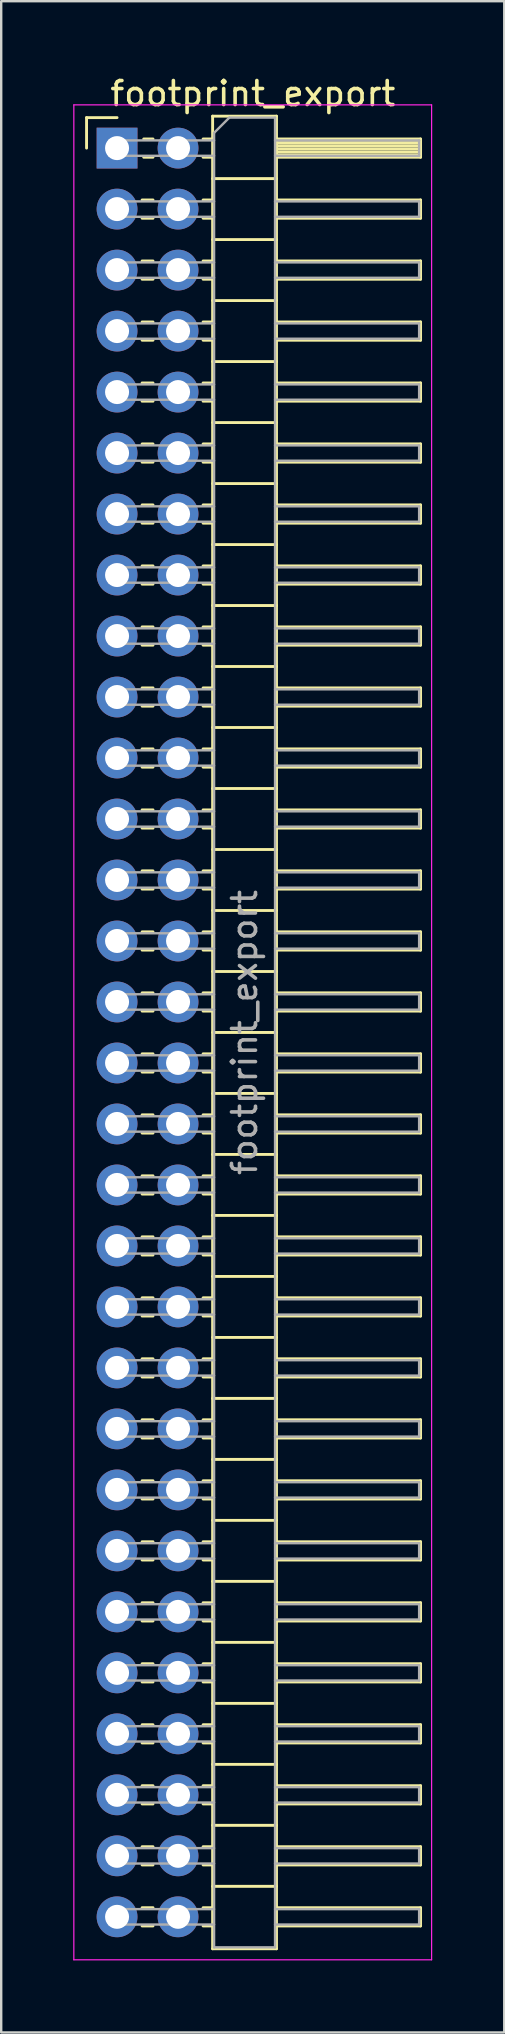
<source format=kicad_pcb>
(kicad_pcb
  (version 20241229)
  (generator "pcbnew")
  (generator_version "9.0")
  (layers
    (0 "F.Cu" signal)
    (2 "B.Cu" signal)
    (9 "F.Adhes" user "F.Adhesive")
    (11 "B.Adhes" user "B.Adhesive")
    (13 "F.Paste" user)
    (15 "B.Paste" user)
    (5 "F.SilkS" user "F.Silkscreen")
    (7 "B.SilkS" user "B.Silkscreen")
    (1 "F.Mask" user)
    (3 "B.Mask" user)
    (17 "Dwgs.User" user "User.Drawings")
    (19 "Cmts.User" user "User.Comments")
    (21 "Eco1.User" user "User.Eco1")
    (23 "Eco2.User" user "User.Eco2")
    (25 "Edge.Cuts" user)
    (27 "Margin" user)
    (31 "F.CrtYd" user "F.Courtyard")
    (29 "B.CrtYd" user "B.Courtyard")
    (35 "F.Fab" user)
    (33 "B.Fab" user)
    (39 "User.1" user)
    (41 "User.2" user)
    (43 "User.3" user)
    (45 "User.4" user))
  (footprint "footprint_export"
    (layer "F.Cu")
    (at 1.825 3.118)
    (property "Reference" "footprint_export" (at 5.655 -2.27 0) (layer "F.SilkS") (effects (font (size 1 1) (thickness 0.15))))
    (attr through_hole)
    (fp_line (start -1.27 -1.27) (end 0 -1.27) (stroke (width 0.12) (type solid)) (layer "F.SilkS"))
    (fp_line (start -1.27 0) (end -1.27 -1.27) (stroke (width 0.12) (type solid)) (layer "F.SilkS"))
    (fp_line (start 1.043 2.16) (end 1.497 2.16) (stroke (width 0.12) (type solid)) (layer "F.SilkS"))
    (fp_line (start 1.043 2.92) (end 1.497 2.92) (stroke (width 0.12) (type solid)) (layer "F.SilkS"))
    (fp_line (start 1.043 4.7) (end 1.497 4.7) (stroke (width 0.12) (type solid)) (layer "F.SilkS"))
    (fp_line (start 1.043 5.46) (end 1.497 5.46) (stroke (width 0.12) (type solid)) (layer "F.SilkS"))
    (fp_line (start 1.043 7.24) (end 1.497 7.24) (stroke (width 0.12) (type solid)) (layer "F.SilkS"))
    (fp_line (start 1.043 8) (end 1.497 8) (stroke (width 0.12) (type solid)) (layer "F.SilkS"))
    (fp_line (start 1.043 9.78) (end 1.497 9.78) (stroke (width 0.12) (type solid)) (layer "F.SilkS"))
    (fp_line (start 1.043 10.54) (end 1.497 10.54) (stroke (width 0.12) (type solid)) (layer "F.SilkS"))
    (fp_line (start 1.043 12.32) (end 1.497 12.32) (stroke (width 0.12) (type solid)) (layer "F.SilkS"))
    (fp_line (start 1.043 13.08) (end 1.497 13.08) (stroke (width 0.12) (type solid)) (layer "F.SilkS"))
    (fp_line (start 1.043 14.86) (end 1.497 14.86) (stroke (width 0.12) (type solid)) (layer "F.SilkS"))
    (fp_line (start 1.043 15.62) (end 1.497 15.62) (stroke (width 0.12) (type solid)) (layer "F.SilkS"))
    (fp_line (start 1.043 17.4) (end 1.497 17.4) (stroke (width 0.12) (type solid)) (layer "F.SilkS"))
    (fp_line (start 1.043 18.16) (end 1.497 18.16) (stroke (width 0.12) (type solid)) (layer "F.SilkS"))
    (fp_line (start 1.043 19.94) (end 1.497 19.94) (stroke (width 0.12) (type solid)) (layer "F.SilkS"))
    (fp_line (start 1.043 20.7) (end 1.497 20.7) (stroke (width 0.12) (type solid)) (layer "F.SilkS"))
    (fp_line (start 1.043 22.48) (end 1.497 22.48) (stroke (width 0.12) (type solid)) (layer "F.SilkS"))
    (fp_line (start 1.043 23.24) (end 1.497 23.24) (stroke (width 0.12) (type solid)) (layer "F.SilkS"))
    (fp_line (start 1.043 25.02) (end 1.497 25.02) (stroke (width 0.12) (type solid)) (layer "F.SilkS"))
    (fp_line (start 1.043 25.78) (end 1.497 25.78) (stroke (width 0.12) (type solid)) (layer "F.SilkS"))
    (fp_line (start 1.043 27.56) (end 1.497 27.56) (stroke (width 0.12) (type solid)) (layer "F.SilkS"))
    (fp_line (start 1.043 28.32) (end 1.497 28.32) (stroke (width 0.12) (type solid)) (layer "F.SilkS"))
    (fp_line (start 1.043 30.1) (end 1.497 30.1) (stroke (width 0.12) (type solid)) (layer "F.SilkS"))
    (fp_line (start 1.043 30.86) (end 1.497 30.86) (stroke (width 0.12) (type solid)) (layer "F.SilkS"))
    (fp_line (start 1.043 32.64) (end 1.497 32.64) (stroke (width 0.12) (type solid)) (layer "F.SilkS"))
    (fp_line (start 1.043 33.4) (end 1.497 33.4) (stroke (width 0.12) (type solid)) (layer "F.SilkS"))
    (fp_line (start 1.043 35.18) (end 1.497 35.18) (stroke (width 0.12) (type solid)) (layer "F.SilkS"))
    (fp_line (start 1.043 35.94) (end 1.497 35.94) (stroke (width 0.12) (type solid)) (layer "F.SilkS"))
    (fp_line (start 1.043 37.72) (end 1.497 37.72) (stroke (width 0.12) (type solid)) (layer "F.SilkS"))
    (fp_line (start 1.043 38.48) (end 1.497 38.48) (stroke (width 0.12) (type solid)) (layer "F.SilkS"))
    (fp_line (start 1.043 40.26) (end 1.497 40.26) (stroke (width 0.12) (type solid)) (layer "F.SilkS"))
    (fp_line (start 1.043 41.02) (end 1.497 41.02) (stroke (width 0.12) (type solid)) (layer "F.SilkS"))
    (fp_line (start 1.043 42.8) (end 1.497 42.8) (stroke (width 0.12) (type solid)) (layer "F.SilkS"))
    (fp_line (start 1.043 43.56) (end 1.497 43.56) (stroke (width 0.12) (type solid)) (layer "F.SilkS"))
    (fp_line (start 1.043 45.34) (end 1.497 45.34) (stroke (width 0.12) (type solid)) (layer "F.SilkS"))
    (fp_line (start 1.043 46.1) (end 1.497 46.1) (stroke (width 0.12) (type solid)) (layer "F.SilkS"))
    (fp_line (start 1.043 47.88) (end 1.497 47.88) (stroke (width 0.12) (type solid)) (layer "F.SilkS"))
    (fp_line (start 1.043 48.64) (end 1.497 48.64) (stroke (width 0.12) (type solid)) (layer "F.SilkS"))
    (fp_line (start 1.043 50.42) (end 1.497 50.42) (stroke (width 0.12) (type solid)) (layer "F.SilkS"))
    (fp_line (start 1.043 51.18) (end 1.497 51.18) (stroke (width 0.12) (type solid)) (layer "F.SilkS"))
    (fp_line (start 1.043 52.96) (end 1.497 52.96) (stroke (width 0.12) (type solid)) (layer "F.SilkS"))
    (fp_line (start 1.043 53.72) (end 1.497 53.72) (stroke (width 0.12) (type solid)) (layer "F.SilkS"))
    (fp_line (start 1.043 55.5) (end 1.497 55.5) (stroke (width 0.12) (type solid)) (layer "F.SilkS"))
    (fp_line (start 1.043 56.26) (end 1.497 56.26) (stroke (width 0.12) (type solid)) (layer "F.SilkS"))
    (fp_line (start 1.043 58.04) (end 1.497 58.04) (stroke (width 0.12) (type solid)) (layer "F.SilkS"))
    (fp_line (start 1.043 58.8) (end 1.497 58.8) (stroke (width 0.12) (type solid)) (layer "F.SilkS"))
    (fp_line (start 1.043 60.58) (end 1.497 60.58) (stroke (width 0.12) (type solid)) (layer "F.SilkS"))
    (fp_line (start 1.043 61.34) (end 1.497 61.34) (stroke (width 0.12) (type solid)) (layer "F.SilkS"))
    (fp_line (start 1.043 63.12) (end 1.497 63.12) (stroke (width 0.12) (type solid)) (layer "F.SilkS"))
    (fp_line (start 1.043 63.88) (end 1.497 63.88) (stroke (width 0.12) (type solid)) (layer "F.SilkS"))
    (fp_line (start 1.043 65.66) (end 1.497 65.66) (stroke (width 0.12) (type solid)) (layer "F.SilkS"))
    (fp_line (start 1.043 66.42) (end 1.497 66.42) (stroke (width 0.12) (type solid)) (layer "F.SilkS"))
    (fp_line (start 1.043 68.2) (end 1.497 68.2) (stroke (width 0.12) (type solid)) (layer "F.SilkS"))
    (fp_line (start 1.043 68.96) (end 1.497 68.96) (stroke (width 0.12) (type solid)) (layer "F.SilkS"))
    (fp_line (start 1.043 70.74) (end 1.497 70.74) (stroke (width 0.12) (type solid)) (layer "F.SilkS"))
    (fp_line (start 1.043 71.5) (end 1.497 71.5) (stroke (width 0.12) (type solid)) (layer "F.SilkS"))
    (fp_line (start 1.043 73.28) (end 1.497 73.28) (stroke (width 0.12) (type solid)) (layer "F.SilkS"))
    (fp_line (start 1.043 74.04) (end 1.497 74.04) (stroke (width 0.12) (type solid)) (layer "F.SilkS"))
    (fp_line (start 1.11 -0.38) (end 1.497 -0.38) (stroke (width 0.12) (type solid)) (layer "F.SilkS"))
    (fp_line (start 1.11 0.38) (end 1.497 0.38) (stroke (width 0.12) (type solid)) (layer "F.SilkS"))
    (fp_line (start 3.583 -0.38) (end 3.98 -0.38) (stroke (width 0.12) (type solid)) (layer "F.SilkS"))
    (fp_line (start 3.583 0.38) (end 3.98 0.38) (stroke (width 0.12) (type solid)) (layer "F.SilkS"))
    (fp_line (start 3.583 2.16) (end 3.98 2.16) (stroke (width 0.12) (type solid)) (layer "F.SilkS"))
    (fp_line (start 3.583 2.92) (end 3.98 2.92) (stroke (width 0.12) (type solid)) (layer "F.SilkS"))
    (fp_line (start 3.583 4.7) (end 3.98 4.7) (stroke (width 0.12) (type solid)) (layer "F.SilkS"))
    (fp_line (start 3.583 5.46) (end 3.98 5.46) (stroke (width 0.12) (type solid)) (layer "F.SilkS"))
    (fp_line (start 3.583 7.24) (end 3.98 7.24) (stroke (width 0.12) (type solid)) (layer "F.SilkS"))
    (fp_line (start 3.583 8) (end 3.98 8) (stroke (width 0.12) (type solid)) (layer "F.SilkS"))
    (fp_line (start 3.583 9.78) (end 3.98 9.78) (stroke (width 0.12) (type solid)) (layer "F.SilkS"))
    (fp_line (start 3.583 10.54) (end 3.98 10.54) (stroke (width 0.12) (type solid)) (layer "F.SilkS"))
    (fp_line (start 3.583 12.32) (end 3.98 12.32) (stroke (width 0.12) (type solid)) (layer "F.SilkS"))
    (fp_line (start 3.583 13.08) (end 3.98 13.08) (stroke (width 0.12) (type solid)) (layer "F.SilkS"))
    (fp_line (start 3.583 14.86) (end 3.98 14.86) (stroke (width 0.12) (type solid)) (layer "F.SilkS"))
    (fp_line (start 3.583 15.62) (end 3.98 15.62) (stroke (width 0.12) (type solid)) (layer "F.SilkS"))
    (fp_line (start 3.583 17.4) (end 3.98 17.4) (stroke (width 0.12) (type solid)) (layer "F.SilkS"))
    (fp_line (start 3.583 18.16) (end 3.98 18.16) (stroke (width 0.12) (type solid)) (layer "F.SilkS"))
    (fp_line (start 3.583 19.94) (end 3.98 19.94) (stroke (width 0.12) (type solid)) (layer "F.SilkS"))
    (fp_line (start 3.583 20.7) (end 3.98 20.7) (stroke (width 0.12) (type solid)) (layer "F.SilkS"))
    (fp_line (start 3.583 22.48) (end 3.98 22.48) (stroke (width 0.12) (type solid)) (layer "F.SilkS"))
    (fp_line (start 3.583 23.24) (end 3.98 23.24) (stroke (width 0.12) (type solid)) (layer "F.SilkS"))
    (fp_line (start 3.583 25.02) (end 3.98 25.02) (stroke (width 0.12) (type solid)) (layer "F.SilkS"))
    (fp_line (start 3.583 25.78) (end 3.98 25.78) (stroke (width 0.12) (type solid)) (layer "F.SilkS"))
    (fp_line (start 3.583 27.56) (end 3.98 27.56) (stroke (width 0.12) (type solid)) (layer "F.SilkS"))
    (fp_line (start 3.583 28.32) (end 3.98 28.32) (stroke (width 0.12) (type solid)) (layer "F.SilkS"))
    (fp_line (start 3.583 30.1) (end 3.98 30.1) (stroke (width 0.12) (type solid)) (layer "F.SilkS"))
    (fp_line (start 3.583 30.86) (end 3.98 30.86) (stroke (width 0.12) (type solid)) (layer "F.SilkS"))
    (fp_line (start 3.583 32.64) (end 3.98 32.64) (stroke (width 0.12) (type solid)) (layer "F.SilkS"))
    (fp_line (start 3.583 33.4) (end 3.98 33.4) (stroke (width 0.12) (type solid)) (layer "F.SilkS"))
    (fp_line (start 3.583 35.18) (end 3.98 35.18) (stroke (width 0.12) (type solid)) (layer "F.SilkS"))
    (fp_line (start 3.583 35.94) (end 3.98 35.94) (stroke (width 0.12) (type solid)) (layer "F.SilkS"))
    (fp_line (start 3.583 37.72) (end 3.98 37.72) (stroke (width 0.12) (type solid)) (layer "F.SilkS"))
    (fp_line (start 3.583 38.48) (end 3.98 38.48) (stroke (width 0.12) (type solid)) (layer "F.SilkS"))
    (fp_line (start 3.583 40.26) (end 3.98 40.26) (stroke (width 0.12) (type solid)) (layer "F.SilkS"))
    (fp_line (start 3.583 41.02) (end 3.98 41.02) (stroke (width 0.12) (type solid)) (layer "F.SilkS"))
    (fp_line (start 3.583 42.8) (end 3.98 42.8) (stroke (width 0.12) (type solid)) (layer "F.SilkS"))
    (fp_line (start 3.583 43.56) (end 3.98 43.56) (stroke (width 0.12) (type solid)) (layer "F.SilkS"))
    (fp_line (start 3.583 45.34) (end 3.98 45.34) (stroke (width 0.12) (type solid)) (layer "F.SilkS"))
    (fp_line (start 3.583 46.1) (end 3.98 46.1) (stroke (width 0.12) (type solid)) (layer "F.SilkS"))
    (fp_line (start 3.583 47.88) (end 3.98 47.88) (stroke (width 0.12) (type solid)) (layer "F.SilkS"))
    (fp_line (start 3.583 48.64) (end 3.98 48.64) (stroke (width 0.12) (type solid)) (layer "F.SilkS"))
    (fp_line (start 3.583 50.42) (end 3.98 50.42) (stroke (width 0.12) (type solid)) (layer "F.SilkS"))
    (fp_line (start 3.583 51.18) (end 3.98 51.18) (stroke (width 0.12) (type solid)) (layer "F.SilkS"))
    (fp_line (start 3.583 52.96) (end 3.98 52.96) (stroke (width 0.12) (type solid)) (layer "F.SilkS"))
    (fp_line (start 3.583 53.72) (end 3.98 53.72) (stroke (width 0.12) (type solid)) (layer "F.SilkS"))
    (fp_line (start 3.583 55.5) (end 3.98 55.5) (stroke (width 0.12) (type solid)) (layer "F.SilkS"))
    (fp_line (start 3.583 56.26) (end 3.98 56.26) (stroke (width 0.12) (type solid)) (layer "F.SilkS"))
    (fp_line (start 3.583 58.04) (end 3.98 58.04) (stroke (width 0.12) (type solid)) (layer "F.SilkS"))
    (fp_line (start 3.583 58.8) (end 3.98 58.8) (stroke (width 0.12) (type solid)) (layer "F.SilkS"))
    (fp_line (start 3.583 60.58) (end 3.98 60.58) (stroke (width 0.12) (type solid)) (layer "F.SilkS"))
    (fp_line (start 3.583 61.34) (end 3.98 61.34) (stroke (width 0.12) (type solid)) (layer "F.SilkS"))
    (fp_line (start 3.583 63.12) (end 3.98 63.12) (stroke (width 0.12) (type solid)) (layer "F.SilkS"))
    (fp_line (start 3.583 63.88) (end 3.98 63.88) (stroke (width 0.12) (type solid)) (layer "F.SilkS"))
    (fp_line (start 3.583 65.66) (end 3.98 65.66) (stroke (width 0.12) (type solid)) (layer "F.SilkS"))
    (fp_line (start 3.583 66.42) (end 3.98 66.42) (stroke (width 0.12) (type solid)) (layer "F.SilkS"))
    (fp_line (start 3.583 68.2) (end 3.98 68.2) (stroke (width 0.12) (type solid)) (layer "F.SilkS"))
    (fp_line (start 3.583 68.96) (end 3.98 68.96) (stroke (width 0.12) (type solid)) (layer "F.SilkS"))
    (fp_line (start 3.583 70.74) (end 3.98 70.74) (stroke (width 0.12) (type solid)) (layer "F.SilkS"))
    (fp_line (start 3.583 71.5) (end 3.98 71.5) (stroke (width 0.12) (type solid)) (layer "F.SilkS"))
    (fp_line (start 3.583 73.28) (end 3.98 73.28) (stroke (width 0.12) (type solid)) (layer "F.SilkS"))
    (fp_line (start 3.583 74.04) (end 3.98 74.04) (stroke (width 0.12) (type solid)) (layer "F.SilkS"))
    (fp_line (start 3.98 -1.33) (end 3.98 74.99) (stroke (width 0.12) (type solid)) (layer "F.SilkS"))
    (fp_line (start 3.98 1.27) (end 6.64 1.27) (stroke (width 0.12) (type solid)) (layer "F.SilkS"))
    (fp_line (start 3.98 3.81) (end 6.64 3.81) (stroke (width 0.12) (type solid)) (layer "F.SilkS"))
    (fp_line (start 3.98 6.35) (end 6.64 6.35) (stroke (width 0.12) (type solid)) (layer "F.SilkS"))
    (fp_line (start 3.98 8.89) (end 6.64 8.89) (stroke (width 0.12) (type solid)) (layer "F.SilkS"))
    (fp_line (start 3.98 11.43) (end 6.64 11.43) (stroke (width 0.12) (type solid)) (layer "F.SilkS"))
    (fp_line (start 3.98 13.97) (end 6.64 13.97) (stroke (width 0.12) (type solid)) (layer "F.SilkS"))
    (fp_line (start 3.98 16.51) (end 6.64 16.51) (stroke (width 0.12) (type solid)) (layer "F.SilkS"))
    (fp_line (start 3.98 19.05) (end 6.64 19.05) (stroke (width 0.12) (type solid)) (layer "F.SilkS"))
    (fp_line (start 3.98 21.59) (end 6.64 21.59) (stroke (width 0.12) (type solid)) (layer "F.SilkS"))
    (fp_line (start 3.98 24.13) (end 6.64 24.13) (stroke (width 0.12) (type solid)) (layer "F.SilkS"))
    (fp_line (start 3.98 26.67) (end 6.64 26.67) (stroke (width 0.12) (type solid)) (layer "F.SilkS"))
    (fp_line (start 3.98 29.21) (end 6.64 29.21) (stroke (width 0.12) (type solid)) (layer "F.SilkS"))
    (fp_line (start 3.98 31.75) (end 6.64 31.75) (stroke (width 0.12) (type solid)) (layer "F.SilkS"))
    (fp_line (start 3.98 34.29) (end 6.64 34.29) (stroke (width 0.12) (type solid)) (layer "F.SilkS"))
    (fp_line (start 3.98 36.83) (end 6.64 36.83) (stroke (width 0.12) (type solid)) (layer "F.SilkS"))
    (fp_line (start 3.98 39.37) (end 6.64 39.37) (stroke (width 0.12) (type solid)) (layer "F.SilkS"))
    (fp_line (start 3.98 41.91) (end 6.64 41.91) (stroke (width 0.12) (type solid)) (layer "F.SilkS"))
    (fp_line (start 3.98 44.45) (end 6.64 44.45) (stroke (width 0.12) (type solid)) (layer "F.SilkS"))
    (fp_line (start 3.98 46.99) (end 6.64 46.99) (stroke (width 0.12) (type solid)) (layer "F.SilkS"))
    (fp_line (start 3.98 49.53) (end 6.64 49.53) (stroke (width 0.12) (type solid)) (layer "F.SilkS"))
    (fp_line (start 3.98 52.07) (end 6.64 52.07) (stroke (width 0.12) (type solid)) (layer "F.SilkS"))
    (fp_line (start 3.98 54.61) (end 6.64 54.61) (stroke (width 0.12) (type solid)) (layer "F.SilkS"))
    (fp_line (start 3.98 57.15) (end 6.64 57.15) (stroke (width 0.12) (type solid)) (layer "F.SilkS"))
    (fp_line (start 3.98 59.69) (end 6.64 59.69) (stroke (width 0.12) (type solid)) (layer "F.SilkS"))
    (fp_line (start 3.98 62.23) (end 6.64 62.23) (stroke (width 0.12) (type solid)) (layer "F.SilkS"))
    (fp_line (start 3.98 64.77) (end 6.64 64.77) (stroke (width 0.12) (type solid)) (layer "F.SilkS"))
    (fp_line (start 3.98 67.31) (end 6.64 67.31) (stroke (width 0.12) (type solid)) (layer "F.SilkS"))
    (fp_line (start 3.98 69.85) (end 6.64 69.85) (stroke (width 0.12) (type solid)) (layer "F.SilkS"))
    (fp_line (start 3.98 72.39) (end 6.64 72.39) (stroke (width 0.12) (type solid)) (layer "F.SilkS"))
    (fp_line (start 3.98 74.99) (end 6.64 74.99) (stroke (width 0.12) (type solid)) (layer "F.SilkS"))
    (fp_line (start 6.64 -1.33) (end 3.98 -1.33) (stroke (width 0.12) (type solid)) (layer "F.SilkS"))
    (fp_line (start 6.64 -0.38) (end 12.64 -0.38) (stroke (width 0.12) (type solid)) (layer "F.SilkS"))
    (fp_line (start 6.64 -0.32) (end 12.64 -0.32) (stroke (width 0.12) (type solid)) (layer "F.SilkS"))
    (fp_line (start 6.64 -0.2) (end 12.64 -0.2) (stroke (width 0.12) (type solid)) (layer "F.SilkS"))
    (fp_line (start 6.64 -0.08) (end 12.64 -0.08) (stroke (width 0.12) (type solid)) (layer "F.SilkS"))
    (fp_line (start 6.64 0.04) (end 12.64 0.04) (stroke (width 0.12) (type solid)) (layer "F.SilkS"))
    (fp_line (start 6.64 0.16) (end 12.64 0.16) (stroke (width 0.12) (type solid)) (layer "F.SilkS"))
    (fp_line (start 6.64 0.28) (end 12.64 0.28) (stroke (width 0.12) (type solid)) (layer "F.SilkS"))
    (fp_line (start 6.64 2.16) (end 12.64 2.16) (stroke (width 0.12) (type solid)) (layer "F.SilkS"))
    (fp_line (start 6.64 4.7) (end 12.64 4.7) (stroke (width 0.12) (type solid)) (layer "F.SilkS"))
    (fp_line (start 6.64 7.24) (end 12.64 7.24) (stroke (width 0.12) (type solid)) (layer "F.SilkS"))
    (fp_line (start 6.64 9.78) (end 12.64 9.78) (stroke (width 0.12) (type solid)) (layer "F.SilkS"))
    (fp_line (start 6.64 12.32) (end 12.64 12.32) (stroke (width 0.12) (type solid)) (layer "F.SilkS"))
    (fp_line (start 6.64 14.86) (end 12.64 14.86) (stroke (width 0.12) (type solid)) (layer "F.SilkS"))
    (fp_line (start 6.64 17.4) (end 12.64 17.4) (stroke (width 0.12) (type solid)) (layer "F.SilkS"))
    (fp_line (start 6.64 19.94) (end 12.64 19.94) (stroke (width 0.12) (type solid)) (layer "F.SilkS"))
    (fp_line (start 6.64 22.48) (end 12.64 22.48) (stroke (width 0.12) (type solid)) (layer "F.SilkS"))
    (fp_line (start 6.64 25.02) (end 12.64 25.02) (stroke (width 0.12) (type solid)) (layer "F.SilkS"))
    (fp_line (start 6.64 27.56) (end 12.64 27.56) (stroke (width 0.12) (type solid)) (layer "F.SilkS"))
    (fp_line (start 6.64 30.1) (end 12.64 30.1) (stroke (width 0.12) (type solid)) (layer "F.SilkS"))
    (fp_line (start 6.64 32.64) (end 12.64 32.64) (stroke (width 0.12) (type solid)) (layer "F.SilkS"))
    (fp_line (start 6.64 35.18) (end 12.64 35.18) (stroke (width 0.12) (type solid)) (layer "F.SilkS"))
    (fp_line (start 6.64 37.72) (end 12.64 37.72) (stroke (width 0.12) (type solid)) (layer "F.SilkS"))
    (fp_line (start 6.64 40.26) (end 12.64 40.26) (stroke (width 0.12) (type solid)) (layer "F.SilkS"))
    (fp_line (start 6.64 42.8) (end 12.64 42.8) (stroke (width 0.12) (type solid)) (layer "F.SilkS"))
    (fp_line (start 6.64 45.34) (end 12.64 45.34) (stroke (width 0.12) (type solid)) (layer "F.SilkS"))
    (fp_line (start 6.64 47.88) (end 12.64 47.88) (stroke (width 0.12) (type solid)) (layer "F.SilkS"))
    (fp_line (start 6.64 50.42) (end 12.64 50.42) (stroke (width 0.12) (type solid)) (layer "F.SilkS"))
    (fp_line (start 6.64 52.96) (end 12.64 52.96) (stroke (width 0.12) (type solid)) (layer "F.SilkS"))
    (fp_line (start 6.64 55.5) (end 12.64 55.5) (stroke (width 0.12) (type solid)) (layer "F.SilkS"))
    (fp_line (start 6.64 58.04) (end 12.64 58.04) (stroke (width 0.12) (type solid)) (layer "F.SilkS"))
    (fp_line (start 6.64 60.58) (end 12.64 60.58) (stroke (width 0.12) (type solid)) (layer "F.SilkS"))
    (fp_line (start 6.64 63.12) (end 12.64 63.12) (stroke (width 0.12) (type solid)) (layer "F.SilkS"))
    (fp_line (start 6.64 65.66) (end 12.64 65.66) (stroke (width 0.12) (type solid)) (layer "F.SilkS"))
    (fp_line (start 6.64 68.2) (end 12.64 68.2) (stroke (width 0.12) (type solid)) (layer "F.SilkS"))
    (fp_line (start 6.64 70.74) (end 12.64 70.74) (stroke (width 0.12) (type solid)) (layer "F.SilkS"))
    (fp_line (start 6.64 73.28) (end 12.64 73.28) (stroke (width 0.12) (type solid)) (layer "F.SilkS"))
    (fp_line (start 6.64 74.99) (end 6.64 -1.33) (stroke (width 0.12) (type solid)) (layer "F.SilkS"))
    (fp_line (start 12.64 -0.38) (end 12.64 0.38) (stroke (width 0.12) (type solid)) (layer "F.SilkS"))
    (fp_line (start 12.64 0.38) (end 6.64 0.38) (stroke (width 0.12) (type solid)) (layer "F.SilkS"))
    (fp_line (start 12.64 2.16) (end 12.64 2.92) (stroke (width 0.12) (type solid)) (layer "F.SilkS"))
    (fp_line (start 12.64 2.92) (end 6.64 2.92) (stroke (width 0.12) (type solid)) (layer "F.SilkS"))
    (fp_line (start 12.64 4.7) (end 12.64 5.46) (stroke (width 0.12) (type solid)) (layer "F.SilkS"))
    (fp_line (start 12.64 5.46) (end 6.64 5.46) (stroke (width 0.12) (type solid)) (layer "F.SilkS"))
    (fp_line (start 12.64 7.24) (end 12.64 8) (stroke (width 0.12) (type solid)) (layer "F.SilkS"))
    (fp_line (start 12.64 8) (end 6.64 8) (stroke (width 0.12) (type solid)) (layer "F.SilkS"))
    (fp_line (start 12.64 9.78) (end 12.64 10.54) (stroke (width 0.12) (type solid)) (layer "F.SilkS"))
    (fp_line (start 12.64 10.54) (end 6.64 10.54) (stroke (width 0.12) (type solid)) (layer "F.SilkS"))
    (fp_line (start 12.64 12.32) (end 12.64 13.08) (stroke (width 0.12) (type solid)) (layer "F.SilkS"))
    (fp_line (start 12.64 13.08) (end 6.64 13.08) (stroke (width 0.12) (type solid)) (layer "F.SilkS"))
    (fp_line (start 12.64 14.86) (end 12.64 15.62) (stroke (width 0.12) (type solid)) (layer "F.SilkS"))
    (fp_line (start 12.64 15.62) (end 6.64 15.62) (stroke (width 0.12) (type solid)) (layer "F.SilkS"))
    (fp_line (start 12.64 17.4) (end 12.64 18.16) (stroke (width 0.12) (type solid)) (layer "F.SilkS"))
    (fp_line (start 12.64 18.16) (end 6.64 18.16) (stroke (width 0.12) (type solid)) (layer "F.SilkS"))
    (fp_line (start 12.64 19.94) (end 12.64 20.7) (stroke (width 0.12) (type solid)) (layer "F.SilkS"))
    (fp_line (start 12.64 20.7) (end 6.64 20.7) (stroke (width 0.12) (type solid)) (layer "F.SilkS"))
    (fp_line (start 12.64 22.48) (end 12.64 23.24) (stroke (width 0.12) (type solid)) (layer "F.SilkS"))
    (fp_line (start 12.64 23.24) (end 6.64 23.24) (stroke (width 0.12) (type solid)) (layer "F.SilkS"))
    (fp_line (start 12.64 25.02) (end 12.64 25.78) (stroke (width 0.12) (type solid)) (layer "F.SilkS"))
    (fp_line (start 12.64 25.78) (end 6.64 25.78) (stroke (width 0.12) (type solid)) (layer "F.SilkS"))
    (fp_line (start 12.64 27.56) (end 12.64 28.32) (stroke (width 0.12) (type solid)) (layer "F.SilkS"))
    (fp_line (start 12.64 28.32) (end 6.64 28.32) (stroke (width 0.12) (type solid)) (layer "F.SilkS"))
    (fp_line (start 12.64 30.1) (end 12.64 30.86) (stroke (width 0.12) (type solid)) (layer "F.SilkS"))
    (fp_line (start 12.64 30.86) (end 6.64 30.86) (stroke (width 0.12) (type solid)) (layer "F.SilkS"))
    (fp_line (start 12.64 32.64) (end 12.64 33.4) (stroke (width 0.12) (type solid)) (layer "F.SilkS"))
    (fp_line (start 12.64 33.4) (end 6.64 33.4) (stroke (width 0.12) (type solid)) (layer "F.SilkS"))
    (fp_line (start 12.64 35.18) (end 12.64 35.94) (stroke (width 0.12) (type solid)) (layer "F.SilkS"))
    (fp_line (start 12.64 35.94) (end 6.64 35.94) (stroke (width 0.12) (type solid)) (layer "F.SilkS"))
    (fp_line (start 12.64 37.72) (end 12.64 38.48) (stroke (width 0.12) (type solid)) (layer "F.SilkS"))
    (fp_line (start 12.64 38.48) (end 6.64 38.48) (stroke (width 0.12) (type solid)) (layer "F.SilkS"))
    (fp_line (start 12.64 40.26) (end 12.64 41.02) (stroke (width 0.12) (type solid)) (layer "F.SilkS"))
    (fp_line (start 12.64 41.02) (end 6.64 41.02) (stroke (width 0.12) (type solid)) (layer "F.SilkS"))
    (fp_line (start 12.64 42.8) (end 12.64 43.56) (stroke (width 0.12) (type solid)) (layer "F.SilkS"))
    (fp_line (start 12.64 43.56) (end 6.64 43.56) (stroke (width 0.12) (type solid)) (layer "F.SilkS"))
    (fp_line (start 12.64 45.34) (end 12.64 46.1) (stroke (width 0.12) (type solid)) (layer "F.SilkS"))
    (fp_line (start 12.64 46.1) (end 6.64 46.1) (stroke (width 0.12) (type solid)) (layer "F.SilkS"))
    (fp_line (start 12.64 47.88) (end 12.64 48.64) (stroke (width 0.12) (type solid)) (layer "F.SilkS"))
    (fp_line (start 12.64 48.64) (end 6.64 48.64) (stroke (width 0.12) (type solid)) (layer "F.SilkS"))
    (fp_line (start 12.64 50.42) (end 12.64 51.18) (stroke (width 0.12) (type solid)) (layer "F.SilkS"))
    (fp_line (start 12.64 51.18) (end 6.64 51.18) (stroke (width 0.12) (type solid)) (layer "F.SilkS"))
    (fp_line (start 12.64 52.96) (end 12.64 53.72) (stroke (width 0.12) (type solid)) (layer "F.SilkS"))
    (fp_line (start 12.64 53.72) (end 6.64 53.72) (stroke (width 0.12) (type solid)) (layer "F.SilkS"))
    (fp_line (start 12.64 55.5) (end 12.64 56.26) (stroke (width 0.12) (type solid)) (layer "F.SilkS"))
    (fp_line (start 12.64 56.26) (end 6.64 56.26) (stroke (width 0.12) (type solid)) (layer "F.SilkS"))
    (fp_line (start 12.64 58.04) (end 12.64 58.8) (stroke (width 0.12) (type solid)) (layer "F.SilkS"))
    (fp_line (start 12.64 58.8) (end 6.64 58.8) (stroke (width 0.12) (type solid)) (layer "F.SilkS"))
    (fp_line (start 12.64 60.58) (end 12.64 61.34) (stroke (width 0.12) (type solid)) (layer "F.SilkS"))
    (fp_line (start 12.64 61.34) (end 6.64 61.34) (stroke (width 0.12) (type solid)) (layer "F.SilkS"))
    (fp_line (start 12.64 63.12) (end 12.64 63.88) (stroke (width 0.12) (type solid)) (layer "F.SilkS"))
    (fp_line (start 12.64 63.88) (end 6.64 63.88) (stroke (width 0.12) (type solid)) (layer "F.SilkS"))
    (fp_line (start 12.64 65.66) (end 12.64 66.42) (stroke (width 0.12) (type solid)) (layer "F.SilkS"))
    (fp_line (start 12.64 66.42) (end 6.64 66.42) (stroke (width 0.12) (type solid)) (layer "F.SilkS"))
    (fp_line (start 12.64 68.2) (end 12.64 68.96) (stroke (width 0.12) (type solid)) (layer "F.SilkS"))
    (fp_line (start 12.64 68.96) (end 6.64 68.96) (stroke (width 0.12) (type solid)) (layer "F.SilkS"))
    (fp_line (start 12.64 70.74) (end 12.64 71.5) (stroke (width 0.12) (type solid)) (layer "F.SilkS"))
    (fp_line (start 12.64 71.5) (end 6.64 71.5) (stroke (width 0.12) (type solid)) (layer "F.SilkS"))
    (fp_line (start 12.64 73.28) (end 12.64 74.04) (stroke (width 0.12) (type solid)) (layer "F.SilkS"))
    (fp_line (start 12.64 74.04) (end 6.64 74.04) (stroke (width 0.12) (type solid)) (layer "F.SilkS"))
    (fp_line (start -1.8 -1.8) (end -1.8 75.45) (stroke (width 0.05) (type solid)) (layer "F.CrtYd"))
    (fp_line (start -1.8 75.45) (end 13.1 75.45) (stroke (width 0.05) (type solid)) (layer "F.CrtYd"))
    (fp_line (start 13.1 -1.8) (end -1.8 -1.8) (stroke (width 0.05) (type solid)) (layer "F.CrtYd"))
    (fp_line (start 13.1 75.45) (end 13.1 -1.8) (stroke (width 0.05) (type solid)) (layer "F.CrtYd"))
    (fp_line (start -0.32 -0.32) (end -0.32 0.32) (stroke (width 0.1) (type solid)) (layer "F.Fab"))
    (fp_line (start -0.32 -0.32) (end 4.04 -0.32) (stroke (width 0.1) (type solid)) (layer "F.Fab"))
    (fp_line (start -0.32 0.32) (end 4.04 0.32) (stroke (width 0.1) (type solid)) (layer "F.Fab"))
    (fp_line (start -0.32 2.22) (end -0.32 2.86) (stroke (width 0.1) (type solid)) (layer "F.Fab"))
    (fp_line (start -0.32 2.22) (end 4.04 2.22) (stroke (width 0.1) (type solid)) (layer "F.Fab"))
    (fp_line (start -0.32 2.86) (end 4.04 2.86) (stroke (width 0.1) (type solid)) (layer "F.Fab"))
    (fp_line (start -0.32 4.76) (end -0.32 5.4) (stroke (width 0.1) (type solid)) (layer "F.Fab"))
    (fp_line (start -0.32 4.76) (end 4.04 4.76) (stroke (width 0.1) (type solid)) (layer "F.Fab"))
    (fp_line (start -0.32 5.4) (end 4.04 5.4) (stroke (width 0.1) (type solid)) (layer "F.Fab"))
    (fp_line (start -0.32 7.3) (end -0.32 7.94) (stroke (width 0.1) (type solid)) (layer "F.Fab"))
    (fp_line (start -0.32 7.3) (end 4.04 7.3) (stroke (width 0.1) (type solid)) (layer "F.Fab"))
    (fp_line (start -0.32 7.94) (end 4.04 7.94) (stroke (width 0.1) (type solid)) (layer "F.Fab"))
    (fp_line (start -0.32 9.84) (end -0.32 10.48) (stroke (width 0.1) (type solid)) (layer "F.Fab"))
    (fp_line (start -0.32 9.84) (end 4.04 9.84) (stroke (width 0.1) (type solid)) (layer "F.Fab"))
    (fp_line (start -0.32 10.48) (end 4.04 10.48) (stroke (width 0.1) (type solid)) (layer "F.Fab"))
    (fp_line (start -0.32 12.38) (end -0.32 13.02) (stroke (width 0.1) (type solid)) (layer "F.Fab"))
    (fp_line (start -0.32 12.38) (end 4.04 12.38) (stroke (width 0.1) (type solid)) (layer "F.Fab"))
    (fp_line (start -0.32 13.02) (end 4.04 13.02) (stroke (width 0.1) (type solid)) (layer "F.Fab"))
    (fp_line (start -0.32 14.92) (end -0.32 15.56) (stroke (width 0.1) (type solid)) (layer "F.Fab"))
    (fp_line (start -0.32 14.92) (end 4.04 14.92) (stroke (width 0.1) (type solid)) (layer "F.Fab"))
    (fp_line (start -0.32 15.56) (end 4.04 15.56) (stroke (width 0.1) (type solid)) (layer "F.Fab"))
    (fp_line (start -0.32 17.46) (end -0.32 18.1) (stroke (width 0.1) (type solid)) (layer "F.Fab"))
    (fp_line (start -0.32 17.46) (end 4.04 17.46) (stroke (width 0.1) (type solid)) (layer "F.Fab"))
    (fp_line (start -0.32 18.1) (end 4.04 18.1) (stroke (width 0.1) (type solid)) (layer "F.Fab"))
    (fp_line (start -0.32 20) (end -0.32 20.64) (stroke (width 0.1) (type solid)) (layer "F.Fab"))
    (fp_line (start -0.32 20) (end 4.04 20) (stroke (width 0.1) (type solid)) (layer "F.Fab"))
    (fp_line (start -0.32 20.64) (end 4.04 20.64) (stroke (width 0.1) (type solid)) (layer "F.Fab"))
    (fp_line (start -0.32 22.54) (end -0.32 23.18) (stroke (width 0.1) (type solid)) (layer "F.Fab"))
    (fp_line (start -0.32 22.54) (end 4.04 22.54) (stroke (width 0.1) (type solid)) (layer "F.Fab"))
    (fp_line (start -0.32 23.18) (end 4.04 23.18) (stroke (width 0.1) (type solid)) (layer "F.Fab"))
    (fp_line (start -0.32 25.08) (end -0.32 25.72) (stroke (width 0.1) (type solid)) (layer "F.Fab"))
    (fp_line (start -0.32 25.08) (end 4.04 25.08) (stroke (width 0.1) (type solid)) (layer "F.Fab"))
    (fp_line (start -0.32 25.72) (end 4.04 25.72) (stroke (width 0.1) (type solid)) (layer "F.Fab"))
    (fp_line (start -0.32 27.62) (end -0.32 28.26) (stroke (width 0.1) (type solid)) (layer "F.Fab"))
    (fp_line (start -0.32 27.62) (end 4.04 27.62) (stroke (width 0.1) (type solid)) (layer "F.Fab"))
    (fp_line (start -0.32 28.26) (end 4.04 28.26) (stroke (width 0.1) (type solid)) (layer "F.Fab"))
    (fp_line (start -0.32 30.16) (end -0.32 30.8) (stroke (width 0.1) (type solid)) (layer "F.Fab"))
    (fp_line (start -0.32 30.16) (end 4.04 30.16) (stroke (width 0.1) (type solid)) (layer "F.Fab"))
    (fp_line (start -0.32 30.8) (end 4.04 30.8) (stroke (width 0.1) (type solid)) (layer "F.Fab"))
    (fp_line (start -0.32 32.7) (end -0.32 33.34) (stroke (width 0.1) (type solid)) (layer "F.Fab"))
    (fp_line (start -0.32 32.7) (end 4.04 32.7) (stroke (width 0.1) (type solid)) (layer "F.Fab"))
    (fp_line (start -0.32 33.34) (end 4.04 33.34) (stroke (width 0.1) (type solid)) (layer "F.Fab"))
    (fp_line (start -0.32 35.24) (end -0.32 35.88) (stroke (width 0.1) (type solid)) (layer "F.Fab"))
    (fp_line (start -0.32 35.24) (end 4.04 35.24) (stroke (width 0.1) (type solid)) (layer "F.Fab"))
    (fp_line (start -0.32 35.88) (end 4.04 35.88) (stroke (width 0.1) (type solid)) (layer "F.Fab"))
    (fp_line (start -0.32 37.78) (end -0.32 38.42) (stroke (width 0.1) (type solid)) (layer "F.Fab"))
    (fp_line (start -0.32 37.78) (end 4.04 37.78) (stroke (width 0.1) (type solid)) (layer "F.Fab"))
    (fp_line (start -0.32 38.42) (end 4.04 38.42) (stroke (width 0.1) (type solid)) (layer "F.Fab"))
    (fp_line (start -0.32 40.32) (end -0.32 40.96) (stroke (width 0.1) (type solid)) (layer "F.Fab"))
    (fp_line (start -0.32 40.32) (end 4.04 40.32) (stroke (width 0.1) (type solid)) (layer "F.Fab"))
    (fp_line (start -0.32 40.96) (end 4.04 40.96) (stroke (width 0.1) (type solid)) (layer "F.Fab"))
    (fp_line (start -0.32 42.86) (end -0.32 43.5) (stroke (width 0.1) (type solid)) (layer "F.Fab"))
    (fp_line (start -0.32 42.86) (end 4.04 42.86) (stroke (width 0.1) (type solid)) (layer "F.Fab"))
    (fp_line (start -0.32 43.5) (end 4.04 43.5) (stroke (width 0.1) (type solid)) (layer "F.Fab"))
    (fp_line (start -0.32 45.4) (end -0.32 46.04) (stroke (width 0.1) (type solid)) (layer "F.Fab"))
    (fp_line (start -0.32 45.4) (end 4.04 45.4) (stroke (width 0.1) (type solid)) (layer "F.Fab"))
    (fp_line (start -0.32 46.04) (end 4.04 46.04) (stroke (width 0.1) (type solid)) (layer "F.Fab"))
    (fp_line (start -0.32 47.94) (end -0.32 48.58) (stroke (width 0.1) (type solid)) (layer "F.Fab"))
    (fp_line (start -0.32 47.94) (end 4.04 47.94) (stroke (width 0.1) (type solid)) (layer "F.Fab"))
    (fp_line (start -0.32 48.58) (end 4.04 48.58) (stroke (width 0.1) (type solid)) (layer "F.Fab"))
    (fp_line (start -0.32 50.48) (end -0.32 51.12) (stroke (width 0.1) (type solid)) (layer "F.Fab"))
    (fp_line (start -0.32 50.48) (end 4.04 50.48) (stroke (width 0.1) (type solid)) (layer "F.Fab"))
    (fp_line (start -0.32 51.12) (end 4.04 51.12) (stroke (width 0.1) (type solid)) (layer "F.Fab"))
    (fp_line (start -0.32 53.02) (end -0.32 53.66) (stroke (width 0.1) (type solid)) (layer "F.Fab"))
    (fp_line (start -0.32 53.02) (end 4.04 53.02) (stroke (width 0.1) (type solid)) (layer "F.Fab"))
    (fp_line (start -0.32 53.66) (end 4.04 53.66) (stroke (width 0.1) (type solid)) (layer "F.Fab"))
    (fp_line (start -0.32 55.56) (end -0.32 56.2) (stroke (width 0.1) (type solid)) (layer "F.Fab"))
    (fp_line (start -0.32 55.56) (end 4.04 55.56) (stroke (width 0.1) (type solid)) (layer "F.Fab"))
    (fp_line (start -0.32 56.2) (end 4.04 56.2) (stroke (width 0.1) (type solid)) (layer "F.Fab"))
    (fp_line (start -0.32 58.1) (end -0.32 58.74) (stroke (width 0.1) (type solid)) (layer "F.Fab"))
    (fp_line (start -0.32 58.1) (end 4.04 58.1) (stroke (width 0.1) (type solid)) (layer "F.Fab"))
    (fp_line (start -0.32 58.74) (end 4.04 58.74) (stroke (width 0.1) (type solid)) (layer "F.Fab"))
    (fp_line (start -0.32 60.64) (end -0.32 61.28) (stroke (width 0.1) (type solid)) (layer "F.Fab"))
    (fp_line (start -0.32 60.64) (end 4.04 60.64) (stroke (width 0.1) (type solid)) (layer "F.Fab"))
    (fp_line (start -0.32 61.28) (end 4.04 61.28) (stroke (width 0.1) (type solid)) (layer "F.Fab"))
    (fp_line (start -0.32 63.18) (end -0.32 63.82) (stroke (width 0.1) (type solid)) (layer "F.Fab"))
    (fp_line (start -0.32 63.18) (end 4.04 63.18) (stroke (width 0.1) (type solid)) (layer "F.Fab"))
    (fp_line (start -0.32 63.82) (end 4.04 63.82) (stroke (width 0.1) (type solid)) (layer "F.Fab"))
    (fp_line (start -0.32 65.72) (end -0.32 66.36) (stroke (width 0.1) (type solid)) (layer "F.Fab"))
    (fp_line (start -0.32 65.72) (end 4.04 65.72) (stroke (width 0.1) (type solid)) (layer "F.Fab"))
    (fp_line (start -0.32 66.36) (end 4.04 66.36) (stroke (width 0.1) (type solid)) (layer "F.Fab"))
    (fp_line (start -0.32 68.26) (end -0.32 68.9) (stroke (width 0.1) (type solid)) (layer "F.Fab"))
    (fp_line (start -0.32 68.26) (end 4.04 68.26) (stroke (width 0.1) (type solid)) (layer "F.Fab"))
    (fp_line (start -0.32 68.9) (end 4.04 68.9) (stroke (width 0.1) (type solid)) (layer "F.Fab"))
    (fp_line (start -0.32 70.8) (end -0.32 71.44) (stroke (width 0.1) (type solid)) (layer "F.Fab"))
    (fp_line (start -0.32 70.8) (end 4.04 70.8) (stroke (width 0.1) (type solid)) (layer "F.Fab"))
    (fp_line (start -0.32 71.44) (end 4.04 71.44) (stroke (width 0.1) (type solid)) (layer "F.Fab"))
    (fp_line (start -0.32 73.34) (end -0.32 73.98) (stroke (width 0.1) (type solid)) (layer "F.Fab"))
    (fp_line (start -0.32 73.34) (end 4.04 73.34) (stroke (width 0.1) (type solid)) (layer "F.Fab"))
    (fp_line (start -0.32 73.98) (end 4.04 73.98) (stroke (width 0.1) (type solid)) (layer "F.Fab"))
    (fp_line (start 4.04 -0.635) (end 4.675 -1.27) (stroke (width 0.1) (type solid)) (layer "F.Fab"))
    (fp_line (start 4.04 74.93) (end 4.04 -0.635) (stroke (width 0.1) (type solid)) (layer "F.Fab"))
    (fp_line (start 4.675 -1.27) (end 6.58 -1.27) (stroke (width 0.1) (type solid)) (layer "F.Fab"))
    (fp_line (start 6.58 -1.27) (end 6.58 74.93) (stroke (width 0.1) (type solid)) (layer "F.Fab"))
    (fp_line (start 6.58 -0.32) (end 12.58 -0.32) (stroke (width 0.1) (type solid)) (layer "F.Fab"))
    (fp_line (start 6.58 0.32) (end 12.58 0.32) (stroke (width 0.1) (type solid)) (layer "F.Fab"))
    (fp_line (start 6.58 2.22) (end 12.58 2.22) (stroke (width 0.1) (type solid)) (layer "F.Fab"))
    (fp_line (start 6.58 2.86) (end 12.58 2.86) (stroke (width 0.1) (type solid)) (layer "F.Fab"))
    (fp_line (start 6.58 4.76) (end 12.58 4.76) (stroke (width 0.1) (type solid)) (layer "F.Fab"))
    (fp_line (start 6.58 5.4) (end 12.58 5.4) (stroke (width 0.1) (type solid)) (layer "F.Fab"))
    (fp_line (start 6.58 7.3) (end 12.58 7.3) (stroke (width 0.1) (type solid)) (layer "F.Fab"))
    (fp_line (start 6.58 7.94) (end 12.58 7.94) (stroke (width 0.1) (type solid)) (layer "F.Fab"))
    (fp_line (start 6.58 9.84) (end 12.58 9.84) (stroke (width 0.1) (type solid)) (layer "F.Fab"))
    (fp_line (start 6.58 10.48) (end 12.58 10.48) (stroke (width 0.1) (type solid)) (layer "F.Fab"))
    (fp_line (start 6.58 12.38) (end 12.58 12.38) (stroke (width 0.1) (type solid)) (layer "F.Fab"))
    (fp_line (start 6.58 13.02) (end 12.58 13.02) (stroke (width 0.1) (type solid)) (layer "F.Fab"))
    (fp_line (start 6.58 14.92) (end 12.58 14.92) (stroke (width 0.1) (type solid)) (layer "F.Fab"))
    (fp_line (start 6.58 15.56) (end 12.58 15.56) (stroke (width 0.1) (type solid)) (layer "F.Fab"))
    (fp_line (start 6.58 17.46) (end 12.58 17.46) (stroke (width 0.1) (type solid)) (layer "F.Fab"))
    (fp_line (start 6.58 18.1) (end 12.58 18.1) (stroke (width 0.1) (type solid)) (layer "F.Fab"))
    (fp_line (start 6.58 20) (end 12.58 20) (stroke (width 0.1) (type solid)) (layer "F.Fab"))
    (fp_line (start 6.58 20.64) (end 12.58 20.64) (stroke (width 0.1) (type solid)) (layer "F.Fab"))
    (fp_line (start 6.58 22.54) (end 12.58 22.54) (stroke (width 0.1) (type solid)) (layer "F.Fab"))
    (fp_line (start 6.58 23.18) (end 12.58 23.18) (stroke (width 0.1) (type solid)) (layer "F.Fab"))
    (fp_line (start 6.58 25.08) (end 12.58 25.08) (stroke (width 0.1) (type solid)) (layer "F.Fab"))
    (fp_line (start 6.58 25.72) (end 12.58 25.72) (stroke (width 0.1) (type solid)) (layer "F.Fab"))
    (fp_line (start 6.58 27.62) (end 12.58 27.62) (stroke (width 0.1) (type solid)) (layer "F.Fab"))
    (fp_line (start 6.58 28.26) (end 12.58 28.26) (stroke (width 0.1) (type solid)) (layer "F.Fab"))
    (fp_line (start 6.58 30.16) (end 12.58 30.16) (stroke (width 0.1) (type solid)) (layer "F.Fab"))
    (fp_line (start 6.58 30.8) (end 12.58 30.8) (stroke (width 0.1) (type solid)) (layer "F.Fab"))
    (fp_line (start 6.58 32.7) (end 12.58 32.7) (stroke (width 0.1) (type solid)) (layer "F.Fab"))
    (fp_line (start 6.58 33.34) (end 12.58 33.34) (stroke (width 0.1) (type solid)) (layer "F.Fab"))
    (fp_line (start 6.58 35.24) (end 12.58 35.24) (stroke (width 0.1) (type solid)) (layer "F.Fab"))
    (fp_line (start 6.58 35.88) (end 12.58 35.88) (stroke (width 0.1) (type solid)) (layer "F.Fab"))
    (fp_line (start 6.58 37.78) (end 12.58 37.78) (stroke (width 0.1) (type solid)) (layer "F.Fab"))
    (fp_line (start 6.58 38.42) (end 12.58 38.42) (stroke (width 0.1) (type solid)) (layer "F.Fab"))
    (fp_line (start 6.58 40.32) (end 12.58 40.32) (stroke (width 0.1) (type solid)) (layer "F.Fab"))
    (fp_line (start 6.58 40.96) (end 12.58 40.96) (stroke (width 0.1) (type solid)) (layer "F.Fab"))
    (fp_line (start 6.58 42.86) (end 12.58 42.86) (stroke (width 0.1) (type solid)) (layer "F.Fab"))
    (fp_line (start 6.58 43.5) (end 12.58 43.5) (stroke (width 0.1) (type solid)) (layer "F.Fab"))
    (fp_line (start 6.58 45.4) (end 12.58 45.4) (stroke (width 0.1) (type solid)) (layer "F.Fab"))
    (fp_line (start 6.58 46.04) (end 12.58 46.04) (stroke (width 0.1) (type solid)) (layer "F.Fab"))
    (fp_line (start 6.58 47.94) (end 12.58 47.94) (stroke (width 0.1) (type solid)) (layer "F.Fab"))
    (fp_line (start 6.58 48.58) (end 12.58 48.58) (stroke (width 0.1) (type solid)) (layer "F.Fab"))
    (fp_line (start 6.58 50.48) (end 12.58 50.48) (stroke (width 0.1) (type solid)) (layer "F.Fab"))
    (fp_line (start 6.58 51.12) (end 12.58 51.12) (stroke (width 0.1) (type solid)) (layer "F.Fab"))
    (fp_line (start 6.58 53.02) (end 12.58 53.02) (stroke (width 0.1) (type solid)) (layer "F.Fab"))
    (fp_line (start 6.58 53.66) (end 12.58 53.66) (stroke (width 0.1) (type solid)) (layer "F.Fab"))
    (fp_line (start 6.58 55.56) (end 12.58 55.56) (stroke (width 0.1) (type solid)) (layer "F.Fab"))
    (fp_line (start 6.58 56.2) (end 12.58 56.2) (stroke (width 0.1) (type solid)) (layer "F.Fab"))
    (fp_line (start 6.58 58.1) (end 12.58 58.1) (stroke (width 0.1) (type solid)) (layer "F.Fab"))
    (fp_line (start 6.58 58.74) (end 12.58 58.74) (stroke (width 0.1) (type solid)) (layer "F.Fab"))
    (fp_line (start 6.58 60.64) (end 12.58 60.64) (stroke (width 0.1) (type solid)) (layer "F.Fab"))
    (fp_line (start 6.58 61.28) (end 12.58 61.28) (stroke (width 0.1) (type solid)) (layer "F.Fab"))
    (fp_line (start 6.58 63.18) (end 12.58 63.18) (stroke (width 0.1) (type solid)) (layer "F.Fab"))
    (fp_line (start 6.58 63.82) (end 12.58 63.82) (stroke (width 0.1) (type solid)) (layer "F.Fab"))
    (fp_line (start 6.58 65.72) (end 12.58 65.72) (stroke (width 0.1) (type solid)) (layer "F.Fab"))
    (fp_line (start 6.58 66.36) (end 12.58 66.36) (stroke (width 0.1) (type solid)) (layer "F.Fab"))
    (fp_line (start 6.58 68.26) (end 12.58 68.26) (stroke (width 0.1) (type solid)) (layer "F.Fab"))
    (fp_line (start 6.58 68.9) (end 12.58 68.9) (stroke (width 0.1) (type solid)) (layer "F.Fab"))
    (fp_line (start 6.58 70.8) (end 12.58 70.8) (stroke (width 0.1) (type solid)) (layer "F.Fab"))
    (fp_line (start 6.58 71.44) (end 12.58 71.44) (stroke (width 0.1) (type solid)) (layer "F.Fab"))
    (fp_line (start 6.58 73.34) (end 12.58 73.34) (stroke (width 0.1) (type solid)) (layer "F.Fab"))
    (fp_line (start 6.58 73.98) (end 12.58 73.98) (stroke (width 0.1) (type solid)) (layer "F.Fab"))
    (fp_line (start 6.58 74.93) (end 4.04 74.93) (stroke (width 0.1) (type solid)) (layer "F.Fab"))
    (fp_line (start 12.58 -0.32) (end 12.58 0.32) (stroke (width 0.1) (type solid)) (layer "F.Fab"))
    (fp_line (start 12.58 2.22) (end 12.58 2.86) (stroke (width 0.1) (type solid)) (layer "F.Fab"))
    (fp_line (start 12.58 4.76) (end 12.58 5.4) (stroke (width 0.1) (type solid)) (layer "F.Fab"))
    (fp_line (start 12.58 7.3) (end 12.58 7.94) (stroke (width 0.1) (type solid)) (layer "F.Fab"))
    (fp_line (start 12.58 9.84) (end 12.58 10.48) (stroke (width 0.1) (type solid)) (layer "F.Fab"))
    (fp_line (start 12.58 12.38) (end 12.58 13.02) (stroke (width 0.1) (type solid)) (layer "F.Fab"))
    (fp_line (start 12.58 14.92) (end 12.58 15.56) (stroke (width 0.1) (type solid)) (layer "F.Fab"))
    (fp_line (start 12.58 17.46) (end 12.58 18.1) (stroke (width 0.1) (type solid)) (layer "F.Fab"))
    (fp_line (start 12.58 20) (end 12.58 20.64) (stroke (width 0.1) (type solid)) (layer "F.Fab"))
    (fp_line (start 12.58 22.54) (end 12.58 23.18) (stroke (width 0.1) (type solid)) (layer "F.Fab"))
    (fp_line (start 12.58 25.08) (end 12.58 25.72) (stroke (width 0.1) (type solid)) (layer "F.Fab"))
    (fp_line (start 12.58 27.62) (end 12.58 28.26) (stroke (width 0.1) (type solid)) (layer "F.Fab"))
    (fp_line (start 12.58 30.16) (end 12.58 30.8) (stroke (width 0.1) (type solid)) (layer "F.Fab"))
    (fp_line (start 12.58 32.7) (end 12.58 33.34) (stroke (width 0.1) (type solid)) (layer "F.Fab"))
    (fp_line (start 12.58 35.24) (end 12.58 35.88) (stroke (width 0.1) (type solid)) (layer "F.Fab"))
    (fp_line (start 12.58 37.78) (end 12.58 38.42) (stroke (width 0.1) (type solid)) (layer "F.Fab"))
    (fp_line (start 12.58 40.32) (end 12.58 40.96) (stroke (width 0.1) (type solid)) (layer "F.Fab"))
    (fp_line (start 12.58 42.86) (end 12.58 43.5) (stroke (width 0.1) (type solid)) (layer "F.Fab"))
    (fp_line (start 12.58 45.4) (end 12.58 46.04) (stroke (width 0.1) (type solid)) (layer "F.Fab"))
    (fp_line (start 12.58 47.94) (end 12.58 48.58) (stroke (width 0.1) (type solid)) (layer "F.Fab"))
    (fp_line (start 12.58 50.48) (end 12.58 51.12) (stroke (width 0.1) (type solid)) (layer "F.Fab"))
    (fp_line (start 12.58 53.02) (end 12.58 53.66) (stroke (width 0.1) (type solid)) (layer "F.Fab"))
    (fp_line (start 12.58 55.56) (end 12.58 56.2) (stroke (width 0.1) (type solid)) (layer "F.Fab"))
    (fp_line (start 12.58 58.1) (end 12.58 58.74) (stroke (width 0.1) (type solid)) (layer "F.Fab"))
    (fp_line (start 12.58 60.64) (end 12.58 61.28) (stroke (width 0.1) (type solid)) (layer "F.Fab"))
    (fp_line (start 12.58 63.18) (end 12.58 63.82) (stroke (width 0.1) (type solid)) (layer "F.Fab"))
    (fp_line (start 12.58 65.72) (end 12.58 66.36) (stroke (width 0.1) (type solid)) (layer "F.Fab"))
    (fp_line (start 12.58 68.26) (end 12.58 68.9) (stroke (width 0.1) (type solid)) (layer "F.Fab"))
    (fp_line (start 12.58 70.8) (end 12.58 71.44) (stroke (width 0.1) (type solid)) (layer "F.Fab"))
    (fp_line (start 12.58 73.34) (end 12.58 73.98) (stroke (width 0.1) (type solid)) (layer "F.Fab"))
    (fp_text user "${REFERENCE}" (at 5.31 36.83 90) (layer "F.Fab") (effects (font (size 1 1) (thickness 0.15))))
    (pad "1" thru_hole rect (at 0 0) (size 1.7 1.7) (drill 1) (layers "*.Cu" "*.Mask"))
    (pad "2" thru_hole oval (at 2.54 0) (size 1.7 1.7) (drill 1) (layers "*.Cu" "*.Mask"))
    (pad "3" thru_hole oval (at 0 2.54) (size 1.7 1.7) (drill 1) (layers "*.Cu" "*.Mask"))
    (pad "4" thru_hole oval (at 2.54 2.54) (size 1.7 1.7) (drill 1) (layers "*.Cu" "*.Mask"))
    (pad "5" thru_hole oval (at 0 5.08) (size 1.7 1.7) (drill 1) (layers "*.Cu" "*.Mask"))
    (pad "6" thru_hole oval (at 2.54 5.08) (size 1.7 1.7) (drill 1) (layers "*.Cu" "*.Mask"))
    (pad "7" thru_hole oval (at 0 7.62) (size 1.7 1.7) (drill 1) (layers "*.Cu" "*.Mask"))
    (pad "8" thru_hole oval (at 2.54 7.62) (size 1.7 1.7) (drill 1) (layers "*.Cu" "*.Mask"))
    (pad "9" thru_hole oval (at 0 10.16) (size 1.7 1.7) (drill 1) (layers "*.Cu" "*.Mask"))
    (pad "10" thru_hole oval (at 2.54 10.16) (size 1.7 1.7) (drill 1) (layers "*.Cu" "*.Mask"))
    (pad "11" thru_hole oval (at 0 12.7) (size 1.7 1.7) (drill 1) (layers "*.Cu" "*.Mask"))
    (pad "12" thru_hole oval (at 2.54 12.7) (size 1.7 1.7) (drill 1) (layers "*.Cu" "*.Mask"))
    (pad "13" thru_hole oval (at 0 15.24) (size 1.7 1.7) (drill 1) (layers "*.Cu" "*.Mask"))
    (pad "14" thru_hole oval (at 2.54 15.24) (size 1.7 1.7) (drill 1) (layers "*.Cu" "*.Mask"))
    (pad "15" thru_hole oval (at 0 17.78) (size 1.7 1.7) (drill 1) (layers "*.Cu" "*.Mask"))
    (pad "16" thru_hole oval (at 2.54 17.78) (size 1.7 1.7) (drill 1) (layers "*.Cu" "*.Mask"))
    (pad "17" thru_hole oval (at 0 20.32) (size 1.7 1.7) (drill 1) (layers "*.Cu" "*.Mask"))
    (pad "18" thru_hole oval (at 2.54 20.32) (size 1.7 1.7) (drill 1) (layers "*.Cu" "*.Mask"))
    (pad "19" thru_hole oval (at 0 22.86) (size 1.7 1.7) (drill 1) (layers "*.Cu" "*.Mask"))
    (pad "20" thru_hole oval (at 2.54 22.86) (size 1.7 1.7) (drill 1) (layers "*.Cu" "*.Mask"))
    (pad "21" thru_hole oval (at 0 25.4) (size 1.7 1.7) (drill 1) (layers "*.Cu" "*.Mask"))
    (pad "22" thru_hole oval (at 2.54 25.4) (size 1.7 1.7) (drill 1) (layers "*.Cu" "*.Mask"))
    (pad "23" thru_hole oval (at 0 27.94) (size 1.7 1.7) (drill 1) (layers "*.Cu" "*.Mask"))
    (pad "24" thru_hole oval (at 2.54 27.94) (size 1.7 1.7) (drill 1) (layers "*.Cu" "*.Mask"))
    (pad "25" thru_hole oval (at 0 30.48) (size 1.7 1.7) (drill 1) (layers "*.Cu" "*.Mask"))
    (pad "26" thru_hole oval (at 2.54 30.48) (size 1.7 1.7) (drill 1) (layers "*.Cu" "*.Mask"))
    (pad "27" thru_hole oval (at 0 33.02) (size 1.7 1.7) (drill 1) (layers "*.Cu" "*.Mask"))
    (pad "28" thru_hole oval (at 2.54 33.02) (size 1.7 1.7) (drill 1) (layers "*.Cu" "*.Mask"))
    (pad "29" thru_hole oval (at 0 35.56) (size 1.7 1.7) (drill 1) (layers "*.Cu" "*.Mask"))
    (pad "30" thru_hole oval (at 2.54 35.56) (size 1.7 1.7) (drill 1) (layers "*.Cu" "*.Mask"))
    (pad "31" thru_hole oval (at 0 38.1) (size 1.7 1.7) (drill 1) (layers "*.Cu" "*.Mask"))
    (pad "32" thru_hole oval (at 2.54 38.1) (size 1.7 1.7) (drill 1) (layers "*.Cu" "*.Mask"))
    (pad "33" thru_hole oval (at 0 40.64) (size 1.7 1.7) (drill 1) (layers "*.Cu" "*.Mask"))
    (pad "34" thru_hole oval (at 2.54 40.64) (size 1.7 1.7) (drill 1) (layers "*.Cu" "*.Mask"))
    (pad "35" thru_hole oval (at 0 43.18) (size 1.7 1.7) (drill 1) (layers "*.Cu" "*.Mask"))
    (pad "36" thru_hole oval (at 2.54 43.18) (size 1.7 1.7) (drill 1) (layers "*.Cu" "*.Mask"))
    (pad "37" thru_hole oval (at 0 45.72) (size 1.7 1.7) (drill 1) (layers "*.Cu" "*.Mask"))
    (pad "38" thru_hole oval (at 2.54 45.72) (size 1.7 1.7) (drill 1) (layers "*.Cu" "*.Mask"))
    (pad "39" thru_hole oval (at 0 48.26) (size 1.7 1.7) (drill 1) (layers "*.Cu" "*.Mask"))
    (pad "40" thru_hole oval (at 2.54 48.26) (size 1.7 1.7) (drill 1) (layers "*.Cu" "*.Mask"))
    (pad "41" thru_hole oval (at 0 50.8) (size 1.7 1.7) (drill 1) (layers "*.Cu" "*.Mask"))
    (pad "42" thru_hole oval (at 2.54 50.8) (size 1.7 1.7) (drill 1) (layers "*.Cu" "*.Mask"))
    (pad "43" thru_hole oval (at 0 53.34) (size 1.7 1.7) (drill 1) (layers "*.Cu" "*.Mask"))
    (pad "44" thru_hole oval (at 2.54 53.34) (size 1.7 1.7) (drill 1) (layers "*.Cu" "*.Mask"))
    (pad "45" thru_hole oval (at 0 55.88) (size 1.7 1.7) (drill 1) (layers "*.Cu" "*.Mask"))
    (pad "46" thru_hole oval (at 2.54 55.88) (size 1.7 1.7) (drill 1) (layers "*.Cu" "*.Mask"))
    (pad "47" thru_hole oval (at 0 58.42) (size 1.7 1.7) (drill 1) (layers "*.Cu" "*.Mask"))
    (pad "48" thru_hole oval (at 2.54 58.42) (size 1.7 1.7) (drill 1) (layers "*.Cu" "*.Mask"))
    (pad "49" thru_hole oval (at 0 60.96) (size 1.7 1.7) (drill 1) (layers "*.Cu" "*.Mask"))
    (pad "50" thru_hole oval (at 2.54 60.96) (size 1.7 1.7) (drill 1) (layers "*.Cu" "*.Mask"))
    (pad "51" thru_hole oval (at 0 63.5) (size 1.7 1.7) (drill 1) (layers "*.Cu" "*.Mask"))
    (pad "52" thru_hole oval (at 2.54 63.5) (size 1.7 1.7) (drill 1) (layers "*.Cu" "*.Mask"))
    (pad "53" thru_hole oval (at 0 66.04) (size 1.7 1.7) (drill 1) (layers "*.Cu" "*.Mask"))
    (pad "54" thru_hole oval (at 2.54 66.04) (size 1.7 1.7) (drill 1) (layers "*.Cu" "*.Mask"))
    (pad "55" thru_hole oval (at 0 68.58) (size 1.7 1.7) (drill 1) (layers "*.Cu" "*.Mask"))
    (pad "56" thru_hole oval (at 2.54 68.58) (size 1.7 1.7) (drill 1) (layers "*.Cu" "*.Mask"))
    (pad "57" thru_hole oval (at 0 71.12) (size 1.7 1.7) (drill 1) (layers "*.Cu" "*.Mask"))
    (pad "58" thru_hole oval (at 2.54 71.12) (size 1.7 1.7) (drill 1) (layers "*.Cu" "*.Mask"))
    (pad "59" thru_hole oval (at 0 73.66) (size 1.7 1.7) (drill 1) (layers "*.Cu" "*.Mask"))
    (pad "60" thru_hole oval (at 2.54 73.66) (size 1.7 1.7) (drill 1) (layers "*.Cu" "*.Mask")))
  (gr_rect
    (start -3 -3)
    (end 17.95 81.593)
    (stroke (width 0.1) (type default))
    (fill no)
    (layer "Edge.Cuts")))
</source>
